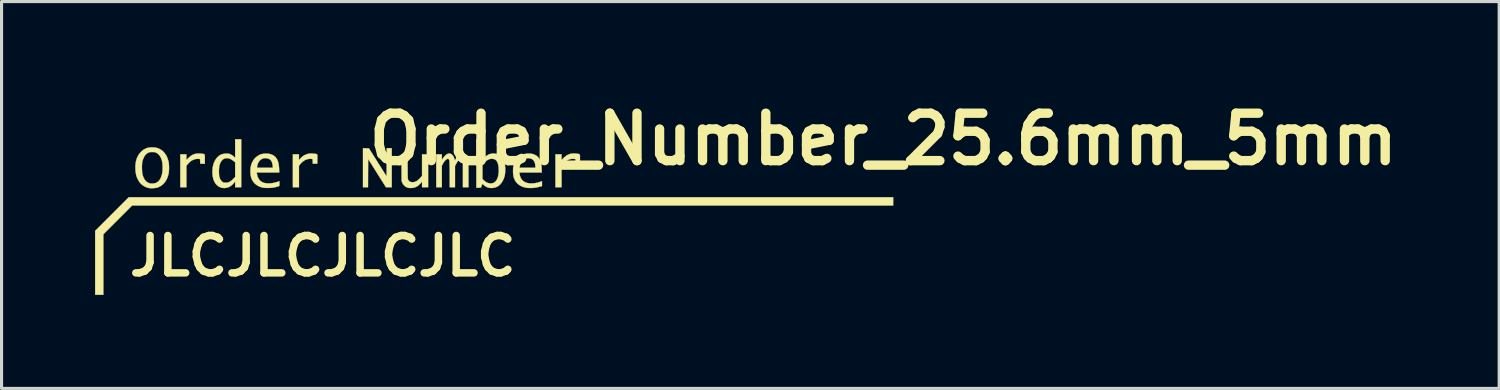
<source format=kicad_pcb>
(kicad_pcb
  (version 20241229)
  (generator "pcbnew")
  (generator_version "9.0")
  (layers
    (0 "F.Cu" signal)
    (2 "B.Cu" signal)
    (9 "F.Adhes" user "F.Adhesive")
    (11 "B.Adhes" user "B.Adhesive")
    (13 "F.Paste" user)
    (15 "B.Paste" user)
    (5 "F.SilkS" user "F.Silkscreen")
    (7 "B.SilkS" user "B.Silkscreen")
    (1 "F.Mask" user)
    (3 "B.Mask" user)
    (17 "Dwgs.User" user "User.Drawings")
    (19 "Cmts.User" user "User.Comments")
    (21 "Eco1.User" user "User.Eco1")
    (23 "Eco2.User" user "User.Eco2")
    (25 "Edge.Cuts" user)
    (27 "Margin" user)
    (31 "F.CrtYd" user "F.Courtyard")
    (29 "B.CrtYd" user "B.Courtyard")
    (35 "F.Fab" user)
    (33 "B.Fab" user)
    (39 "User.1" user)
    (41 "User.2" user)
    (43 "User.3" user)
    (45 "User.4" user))
  (footprint "Order_Number_25.6mm_5mm"
    (layer "F.Cu")
    (at 12.811 3.918)
    (property "Reference" "Order_Number_25.6mm_5mm" (at 12.5 -2.5 0) (layer "F.SilkS") (effects (font (size 1.524 1.524) (thickness 0.3))))
    (attr through_hole)
    (fp_poly (pts (xy 12.814 -0.372) (xy -11.617 -0.372) (xy -12.08 0.091) (xy -12.543 0.554) (xy -12.543 2.497) (xy -12.806 2.497) (xy -12.806 0.444) (xy -12.266 -0.095) (xy -11.727 -0.635) (xy 12.814 -0.635) (xy 12.814 -0.372)) (stroke (width 0.01) (type solid)) (fill yes) (layer "F.SilkS"))
    (fp_poly (pts (xy -4.112 -2.207) (xy -4.017 -2.205) (xy -3.733 -1.755) (xy -3.449 -1.305) (xy -3.447 -1.757) (xy -3.445 -2.209) (xy -3.284 -2.209) (xy -3.284 -0.956) (xy -3.468 -0.956) (xy -3.755 -1.411) (xy -4.041 -1.865) (xy -4.044 -1.411) (xy -4.046 -0.956) (xy -4.207 -0.956) (xy -4.207 -2.21) (xy -4.112 -2.207)) (stroke (width 0.01) (type solid)) (fill yes) (layer "F.SilkS"))
    (fp_poly (pts (xy 2.607 -2.039) (xy 2.675 -2.031) (xy 2.704 -2.027) (xy 2.726 -2.023) (xy 2.741 -2.017) (xy 2.751 -2.007) (xy 2.757 -1.99) (xy 2.759 -1.964) (xy 2.759 -1.926) (xy 2.759 -1.874) (xy 2.759 -1.861) (xy 2.759 -1.71) (xy 2.615 -1.71) (xy 2.615 -1.861) (xy 2.567 -1.867) (xy 2.493 -1.868) (xy 2.421 -1.852) (xy 2.351 -1.821) (xy 2.284 -1.774) (xy 2.222 -1.712) (xy 2.211 -1.698) (xy 2.167 -1.644) (xy 2.167 -0.956) (xy 1.972 -0.956) (xy 1.972 -2.014) (xy 2.167 -2.014) (xy 2.167 -1.829) (xy 2.237 -1.899) (xy 2.302 -1.956) (xy 2.369 -1.998) (xy 2.442 -2.026) (xy 2.52 -2.039) (xy 2.607 -2.039)) (stroke (width 0.01) (type solid)) (fill yes) (layer "F.SilkS"))
    (fp_poly (pts (xy -9.435 -2.039) (xy -9.369 -2.031) (xy -9.34 -2.027) (xy -9.318 -2.023) (xy -9.303 -2.017) (xy -9.293 -2.007) (xy -9.287 -1.99) (xy -9.285 -1.964) (xy -9.285 -1.926) (xy -9.285 -1.875) (xy -9.285 -1.861) (xy -9.285 -1.709) (xy -9.359 -1.711) (xy -9.433 -1.714) (xy -9.435 -1.788) (xy -9.438 -1.861) (xy -9.478 -1.867) (xy -9.509 -1.869) (xy -9.547 -1.867) (xy -9.575 -1.863) (xy -9.648 -1.843) (xy -9.715 -1.809) (xy -9.778 -1.759) (xy -9.835 -1.697) (xy -9.877 -1.644) (xy -9.877 -0.956) (xy -10.072 -0.956) (xy -10.072 -2.014) (xy -9.877 -2.014) (xy -9.877 -1.83) (xy -9.807 -1.9) (xy -9.742 -1.957) (xy -9.674 -1.999) (xy -9.601 -2.026) (xy -9.522 -2.039) (xy -9.435 -2.039)) (stroke (width 0.01) (type solid)) (fill yes) (layer "F.SilkS"))
    (fp_poly (pts (xy -5.758 -2.031) (xy -5.755 -2.031) (xy -5.725 -2.027) (xy -5.703 -2.023) (xy -5.688 -2.017) (xy -5.678 -2.007) (xy -5.673 -1.99) (xy -5.671 -1.963) (xy -5.672 -1.925) (xy -5.673 -1.873) (xy -5.673 -1.864) (xy -5.675 -1.714) (xy -5.819 -1.714) (xy -5.821 -1.788) (xy -5.824 -1.861) (xy -5.864 -1.867) (xy -5.908 -1.869) (xy -5.961 -1.863) (xy -6.014 -1.851) (xy -6.06 -1.833) (xy -6.063 -1.832) (xy -6.117 -1.798) (xy -6.17 -1.754) (xy -6.219 -1.702) (xy -6.228 -1.691) (xy -6.263 -1.645) (xy -6.263 -0.956) (xy -6.458 -0.956) (xy -6.458 -2.014) (xy -6.263 -2.014) (xy -6.263 -1.824) (xy -6.236 -1.858) (xy -6.173 -1.925) (xy -6.103 -1.977) (xy -6.028 -2.013) (xy -5.946 -2.034) (xy -5.856 -2.04) (xy -5.758 -2.031)) (stroke (width 0.01) (type solid)) (fill yes) (layer "F.SilkS"))
    (fp_poly (pts (xy -2.774 -1.619) (xy -2.774 -1.527) (xy -2.773 -1.45) (xy -2.773 -1.387) (xy -2.772 -1.336) (xy -2.771 -1.296) (xy -2.77 -1.266) (xy -2.768 -1.242) (xy -2.766 -1.225) (xy -2.763 -1.212) (xy -2.76 -1.202) (xy -2.756 -1.194) (xy -2.753 -1.187) (xy -2.726 -1.152) (xy -2.69 -1.13) (xy -2.642 -1.119) (xy -2.614 -1.117) (xy -2.553 -1.126) (xy -2.491 -1.151) (xy -2.431 -1.193) (xy -2.371 -1.251) (xy -2.353 -1.272) (xy -2.311 -1.322) (xy -2.311 -2.014) (xy -2.116 -2.014) (xy -2.116 -0.956) (xy -2.311 -0.956) (xy -2.311 -1.052) (xy -2.311 -1.093) (xy -2.312 -1.119) (xy -2.314 -1.133) (xy -2.317 -1.136) (xy -2.322 -1.132) (xy -2.326 -1.126) (xy -2.348 -1.097) (xy -2.377 -1.065) (xy -2.41 -1.033) (xy -2.442 -1.005) (xy -2.468 -0.985) (xy -2.47 -0.984) (xy -2.526 -0.958) (xy -2.591 -0.94) (xy -2.657 -0.932) (xy -2.721 -0.933) (xy -2.772 -0.943) (xy -2.835 -0.971) (xy -2.886 -1.012) (xy -2.927 -1.065) (xy -2.946 -1.105) (xy -2.967 -1.155) (xy -2.969 -1.585) (xy -2.972 -2.014) (xy -2.777 -2.014) (xy -2.774 -1.619)) (stroke (width 0.01) (type solid)) (fill yes) (layer "F.SilkS"))
    (fp_poly (pts (xy -8.117 -0.956) (xy -8.311 -0.956) (xy -8.311 -1.145) (xy -8.336 -1.111) (xy -8.392 -1.046) (xy -8.455 -0.995) (xy -8.523 -0.958) (xy -8.595 -0.937) (xy -8.669 -0.93) (xy -8.743 -0.94) (xy -8.769 -0.947) (xy -8.837 -0.977) (xy -8.896 -1.022) (xy -8.946 -1.079) (xy -8.985 -1.149) (xy -9.015 -1.23) (xy -9.033 -1.321) (xy -9.038 -1.366) (xy -9.04 -1.46) (xy -8.832 -1.46) (xy -8.831 -1.402) (xy -8.828 -1.351) (xy -8.823 -1.309) (xy -8.82 -1.295) (xy -8.797 -1.227) (xy -8.765 -1.173) (xy -8.724 -1.131) (xy -8.697 -1.114) (xy -8.677 -1.106) (xy -8.65 -1.103) (xy -8.611 -1.102) (xy -8.603 -1.103) (xy -8.564 -1.105) (xy -8.535 -1.111) (xy -8.507 -1.122) (xy -8.482 -1.134) (xy -8.433 -1.167) (xy -8.381 -1.214) (xy -8.37 -1.225) (xy -8.311 -1.288) (xy -8.311 -1.758) (xy -8.36 -1.799) (xy -8.426 -1.845) (xy -8.49 -1.876) (xy -8.552 -1.89) (xy -8.574 -1.891) (xy -8.609 -1.888) (xy -8.642 -1.883) (xy -8.66 -1.877) (xy -8.709 -1.846) (xy -8.752 -1.801) (xy -8.787 -1.741) (xy -8.814 -1.667) (xy -8.817 -1.657) (xy -8.824 -1.622) (xy -8.828 -1.574) (xy -8.831 -1.519) (xy -8.832 -1.46) (xy -9.04 -1.46) (xy -9.041 -1.489) (xy -9.031 -1.601) (xy -9.007 -1.702) (xy -8.97 -1.794) (xy -8.919 -1.875) (xy -8.907 -1.891) (xy -8.852 -1.948) (xy -8.794 -1.99) (xy -8.729 -2.018) (xy -8.655 -2.033) (xy -8.595 -2.036) (xy -8.554 -2.035) (xy -8.525 -2.033) (xy -8.501 -2.028) (xy -8.477 -2.019) (xy -8.453 -2.009) (xy -8.417 -1.988) (xy -8.38 -1.963) (xy -8.354 -1.942) (xy -8.311 -1.902) (xy -8.311 -2.497) (xy -8.117 -2.497) (xy -8.117 -0.956)) (stroke (width 0.01) (type solid)) (fill yes) (layer "F.SilkS"))
    (fp_poly (pts (xy 1.167 -2.036) (xy 1.248 -2.022) (xy 1.32 -1.994) (xy 1.382 -1.954) (xy 1.433 -1.901) (xy 1.464 -1.852) (xy 1.488 -1.803) (xy 1.505 -1.753) (xy 1.517 -1.697) (xy 1.525 -1.632) (xy 1.53 -1.555) (xy 1.534 -1.43) (xy 0.811 -1.43) (xy 0.817 -1.394) (xy 0.836 -1.311) (xy 0.865 -1.242) (xy 0.906 -1.184) (xy 0.958 -1.14) (xy 1.022 -1.107) (xy 1.098 -1.086) (xy 1.158 -1.079) (xy 1.223 -1.078) (xy 1.297 -1.085) (xy 1.375 -1.099) (xy 1.45 -1.119) (xy 1.466 -1.125) (xy 1.54 -1.15) (xy 1.54 -0.994) (xy 1.475 -0.976) (xy 1.37 -0.951) (xy 1.264 -0.936) (xy 1.16 -0.932) (xy 1.063 -0.937) (xy 1.02 -0.944) (xy 0.927 -0.968) (xy 0.845 -1.006) (xy 0.773 -1.055) (xy 0.714 -1.116) (xy 0.668 -1.187) (xy 0.634 -1.27) (xy 0.622 -1.316) (xy 0.615 -1.365) (xy 0.611 -1.423) (xy 0.61 -1.487) (xy 0.612 -1.549) (xy 0.616 -1.583) (xy 0.819 -1.583) (xy 1.331 -1.583) (xy 1.326 -1.644) (xy 1.32 -1.695) (xy 1.312 -1.735) (xy 1.299 -1.769) (xy 1.28 -1.803) (xy 1.278 -1.806) (xy 1.244 -1.845) (xy 1.199 -1.872) (xy 1.142 -1.887) (xy 1.09 -1.891) (xy 1.052 -1.889) (xy 1.024 -1.885) (xy 0.998 -1.876) (xy 0.976 -1.866) (xy 0.926 -1.831) (xy 0.885 -1.782) (xy 0.852 -1.721) (xy 0.83 -1.649) (xy 0.824 -1.619) (xy 0.819 -1.583) (xy 0.616 -1.583) (xy 0.618 -1.604) (xy 0.622 -1.629) (xy 0.639 -1.688) (xy 0.666 -1.751) (xy 0.699 -1.812) (xy 0.735 -1.865) (xy 0.756 -1.889) (xy 0.823 -1.949) (xy 0.897 -1.993) (xy 0.977 -2.022) (xy 1.065 -2.037) (xy 1.077 -2.038) (xy 1.167 -2.036)) (stroke (width 0.01) (type solid)) (fill yes) (layer "F.SilkS"))
    (fp_poly (pts (xy -7.271 -2.036) (xy -7.211 -2.028) (xy -7.137 -2.006) (xy -7.073 -1.973) (xy -7.02 -1.93) (xy -6.978 -1.874) (xy -6.944 -1.806) (xy -6.921 -1.726) (xy -6.906 -1.631) (xy -6.9 -1.551) (xy -6.896 -1.43) (xy -7.619 -1.43) (xy -7.614 -1.39) (xy -7.595 -1.309) (xy -7.565 -1.239) (xy -7.522 -1.18) (xy -7.483 -1.145) (xy -7.429 -1.113) (xy -7.362 -1.092) (xy -7.286 -1.081) (xy -7.203 -1.08) (xy -7.113 -1.089) (xy -7.019 -1.109) (xy -6.948 -1.13) (xy -6.89 -1.15) (xy -6.89 -1.074) (xy -6.889 -1.044) (xy -6.89 -1.021) (xy -6.895 -1.006) (xy -6.905 -0.994) (xy -6.924 -0.985) (xy -6.953 -0.976) (xy -6.995 -0.966) (xy -7.021 -0.96) (xy -7.086 -0.947) (xy -7.16 -0.938) (xy -7.238 -0.934) (xy -7.314 -0.934) (xy -7.383 -0.939) (xy -7.419 -0.944) (xy -7.497 -0.965) (xy -7.573 -0.998) (xy -7.64 -1.041) (xy -7.692 -1.087) (xy -7.74 -1.148) (xy -7.777 -1.213) (xy -7.802 -1.286) (xy -7.817 -1.368) (xy -7.822 -1.463) (xy -7.822 -1.468) (xy -7.817 -1.572) (xy -7.815 -1.583) (xy -7.611 -1.583) (xy -7.099 -1.583) (xy -7.105 -1.643) (xy -7.116 -1.714) (xy -7.134 -1.771) (xy -7.159 -1.815) (xy -7.194 -1.848) (xy -7.223 -1.865) (xy -7.286 -1.887) (xy -7.349 -1.893) (xy -7.408 -1.884) (xy -7.462 -1.861) (xy -7.51 -1.825) (xy -7.55 -1.777) (xy -7.582 -1.718) (xy -7.602 -1.649) (xy -7.605 -1.626) (xy -7.611 -1.583) (xy -7.815 -1.583) (xy -7.799 -1.664) (xy -7.769 -1.748) (xy -7.727 -1.825) (xy -7.698 -1.864) (xy -7.656 -1.908) (xy -7.605 -1.95) (xy -7.548 -1.986) (xy -7.493 -2.012) (xy -7.483 -2.015) (xy -7.417 -2.03) (xy -7.344 -2.037) (xy -7.271 -2.036)) (stroke (width 0.01) (type solid)) (fill yes) (layer "F.SilkS"))
    (fp_poly (pts (xy -1.396 -2.032) (xy -1.355 -2.008) (xy -1.319 -1.971) (xy -1.29 -1.92) (xy -1.275 -1.88) (xy -1.256 -1.817) (xy -1.225 -1.871) (xy -1.182 -1.938) (xy -1.136 -1.987) (xy -1.087 -2.021) (xy -1.035 -2.037) (xy -1.007 -2.04) (xy -0.968 -2.034) (xy -0.929 -2.021) (xy -0.897 -2.002) (xy -0.887 -1.992) (xy -0.865 -1.958) (xy -0.847 -1.91) (xy -0.833 -1.851) (xy -0.83 -1.828) (xy -0.828 -1.804) (xy -0.826 -1.764) (xy -0.825 -1.71) (xy -0.823 -1.645) (xy -0.822 -1.571) (xy -0.821 -1.488) (xy -0.821 -1.399) (xy -0.821 -1.357) (xy -0.821 -0.956) (xy -0.999 -0.956) (xy -0.999 -1.389) (xy -0.999 -1.491) (xy -0.999 -1.578) (xy -0.999 -1.65) (xy -1 -1.709) (xy -1.002 -1.757) (xy -1.004 -1.794) (xy -1.008 -1.822) (xy -1.012 -1.842) (xy -1.018 -1.856) (xy -1.025 -1.864) (xy -1.033 -1.868) (xy -1.044 -1.87) (xy -1.056 -1.87) (xy -1.057 -1.87) (xy -1.09 -1.862) (xy -1.124 -1.838) (xy -1.16 -1.798) (xy -1.197 -1.743) (xy -1.222 -1.697) (xy -1.253 -1.638) (xy -1.253 -1.297) (xy -1.253 -0.956) (xy -1.422 -0.956) (xy -1.423 -1.369) (xy -1.423 -1.479) (xy -1.424 -1.573) (xy -1.425 -1.651) (xy -1.426 -1.714) (xy -1.428 -1.763) (xy -1.43 -1.797) (xy -1.433 -1.817) (xy -1.433 -1.82) (xy -1.447 -1.85) (xy -1.466 -1.866) (xy -1.491 -1.868) (xy -1.52 -1.857) (xy -1.552 -1.833) (xy -1.585 -1.798) (xy -1.618 -1.752) (xy -1.648 -1.699) (xy -1.676 -1.646) (xy -1.676 -1.301) (xy -1.676 -0.956) (xy -1.854 -0.956) (xy -1.854 -2.014) (xy -1.676 -2.014) (xy -1.674 -1.924) (xy -1.672 -1.834) (xy -1.642 -1.88) (xy -1.598 -1.941) (xy -1.553 -1.988) (xy -1.508 -2.02) (xy -1.464 -2.037) (xy -1.441 -2.04) (xy -1.396 -2.032)) (stroke (width 0.01) (type solid)) (fill yes) (layer "F.SilkS"))
    (fp_poly (pts (xy -0.372 -2.16) (xy -0.372 -2.076) (xy -0.372 -2.008) (xy -0.371 -1.953) (xy -0.371 -1.911) (xy -0.37 -1.88) (xy -0.368 -1.859) (xy -0.367 -1.846) (xy -0.365 -1.84) (xy -0.362 -1.84) (xy -0.359 -1.843) (xy -0.357 -1.845) (xy -0.345 -1.861) (xy -0.325 -1.885) (xy -0.3 -1.912) (xy -0.293 -1.92) (xy -0.233 -1.971) (xy -0.168 -2.009) (xy -0.099 -2.032) (xy -0.029 -2.04) (xy 0.042 -2.034) (xy 0.11 -2.014) (xy 0.173 -1.978) (xy 0.22 -1.939) (xy 0.273 -1.874) (xy 0.313 -1.798) (xy 0.34 -1.721) (xy 0.351 -1.667) (xy 0.357 -1.601) (xy 0.36 -1.529) (xy 0.358 -1.456) (xy 0.352 -1.387) (xy 0.343 -1.328) (xy 0.34 -1.318) (xy 0.315 -1.24) (xy 0.281 -1.165) (xy 0.239 -1.098) (xy 0.191 -1.041) (xy 0.14 -0.997) (xy 0.122 -0.985) (xy 0.056 -0.955) (xy -0.016 -0.937) (xy -0.091 -0.931) (xy -0.162 -0.938) (xy -0.171 -0.94) (xy -0.223 -0.958) (xy -0.276 -0.987) (xy -0.324 -1.024) (xy -0.331 -1.03) (xy -0.352 -1.049) (xy -0.368 -1.062) (xy -0.375 -1.066) (xy -0.375 -1.066) (xy -0.379 -1.057) (xy -0.387 -1.036) (xy -0.397 -1.007) (xy -0.399 -1.003) (xy -0.42 -0.944) (xy -0.494 -0.941) (xy -0.567 -0.939) (xy -0.567 -1.674) (xy -0.372 -1.674) (xy -0.372 -1.222) (xy -0.332 -1.184) (xy -0.295 -1.15) (xy -0.262 -1.125) (xy -0.227 -1.107) (xy -0.19 -1.092) (xy -0.134 -1.08) (xy -0.077 -1.08) (xy -0.025 -1.093) (xy -0.01 -1.099) (xy 0.04 -1.135) (xy 0.081 -1.184) (xy 0.113 -1.248) (xy 0.135 -1.324) (xy 0.149 -1.415) (xy 0.152 -1.505) (xy 0.148 -1.6) (xy 0.135 -1.68) (xy 0.114 -1.747) (xy 0.085 -1.8) (xy 0.047 -1.838) (xy 0.044 -1.84) (xy 0.003 -1.86) (xy -0.047 -1.87) (xy -0.101 -1.869) (xy -0.152 -1.858) (xy -0.198 -1.837) (xy -0.248 -1.804) (xy -0.296 -1.763) (xy -0.333 -1.723) (xy -0.372 -1.674) (xy -0.567 -1.674) (xy -0.567 -2.497) (xy -0.372 -2.497) (xy -0.372 -2.16)) (stroke (width 0.01) (type solid)) (fill yes) (layer "F.SilkS"))
    (fp_poly (pts (xy -10.92 -2.235) (xy -10.846 -2.225) (xy -10.785 -2.208) (xy -10.705 -2.169) (xy -10.634 -2.117) (xy -10.573 -2.051) (xy -10.521 -1.973) (xy -10.48 -1.883) (xy -10.451 -1.783) (xy -10.448 -1.773) (xy -10.441 -1.724) (xy -10.436 -1.664) (xy -10.434 -1.597) (xy -10.435 -1.53) (xy -10.438 -1.466) (xy -10.444 -1.412) (xy -10.447 -1.397) (xy -10.475 -1.295) (xy -10.514 -1.204) (xy -10.563 -1.124) (xy -10.623 -1.056) (xy -10.693 -1.001) (xy -10.771 -0.96) (xy -10.817 -0.944) (xy -10.854 -0.936) (xy -10.903 -0.93) (xy -10.956 -0.927) (xy -11.009 -0.926) (xy -11.055 -0.928) (xy -11.076 -0.931) (xy -11.161 -0.955) (xy -11.241 -0.994) (xy -11.313 -1.046) (xy -11.358 -1.09) (xy -11.39 -1.132) (xy -11.422 -1.185) (xy -11.452 -1.243) (xy -11.475 -1.302) (xy -11.489 -1.347) (xy -11.504 -1.431) (xy -11.513 -1.523) (xy -11.513 -1.573) (xy -11.304 -1.573) (xy -11.302 -1.506) (xy -11.298 -1.444) (xy -11.292 -1.39) (xy -11.284 -1.353) (xy -11.255 -1.271) (xy -11.218 -1.202) (xy -11.173 -1.148) (xy -11.12 -1.108) (xy -11.06 -1.083) (xy -11.02 -1.076) (xy -10.954 -1.074) (xy -10.892 -1.083) (xy -10.841 -1.1) (xy -10.789 -1.133) (xy -10.743 -1.182) (xy -10.705 -1.244) (xy -10.675 -1.319) (xy -10.655 -1.394) (xy -10.646 -1.454) (xy -10.641 -1.524) (xy -10.64 -1.6) (xy -10.643 -1.675) (xy -10.65 -1.745) (xy -10.661 -1.804) (xy -10.663 -1.814) (xy -10.691 -1.894) (xy -10.728 -1.961) (xy -10.773 -2.015) (xy -10.827 -2.055) (xy -10.84 -2.063) (xy -10.865 -2.074) (xy -10.887 -2.081) (xy -10.912 -2.085) (xy -10.944 -2.086) (xy -10.973 -2.086) (xy -11.014 -2.086) (xy -11.044 -2.084) (xy -11.067 -2.079) (xy -11.089 -2.071) (xy -11.106 -2.063) (xy -11.161 -2.027) (xy -11.208 -1.976) (xy -11.247 -1.91) (xy -11.278 -1.831) (xy -11.288 -1.799) (xy -11.295 -1.757) (xy -11.301 -1.702) (xy -11.304 -1.639) (xy -11.304 -1.573) (xy -11.513 -1.573) (xy -11.514 -1.618) (xy -11.508 -1.71) (xy -11.495 -1.793) (xy -11.494 -1.797) (xy -11.466 -1.89) (xy -11.425 -1.975) (xy -11.373 -2.051) (xy -11.311 -2.116) (xy -11.241 -2.169) (xy -11.163 -2.208) (xy -11.138 -2.216) (xy -11.072 -2.231) (xy -10.998 -2.237) (xy -10.92 -2.235)) (stroke (width 0.01) (type solid)) (fill yes) (layer "F.SilkS"))
    (fp_text user "JLCJLCJLCJLC" (at -5.5 1.25 0) (layer "F.SilkS") (effects (font (size 1.2 1.2) (thickness 0.24)))))
  (gr_rect
    (start -3 -3)
    (end 45.082 9.42)
    (stroke (width 0.1) (type default))
    (fill no)
    (layer "Edge.Cuts")))
</source>
